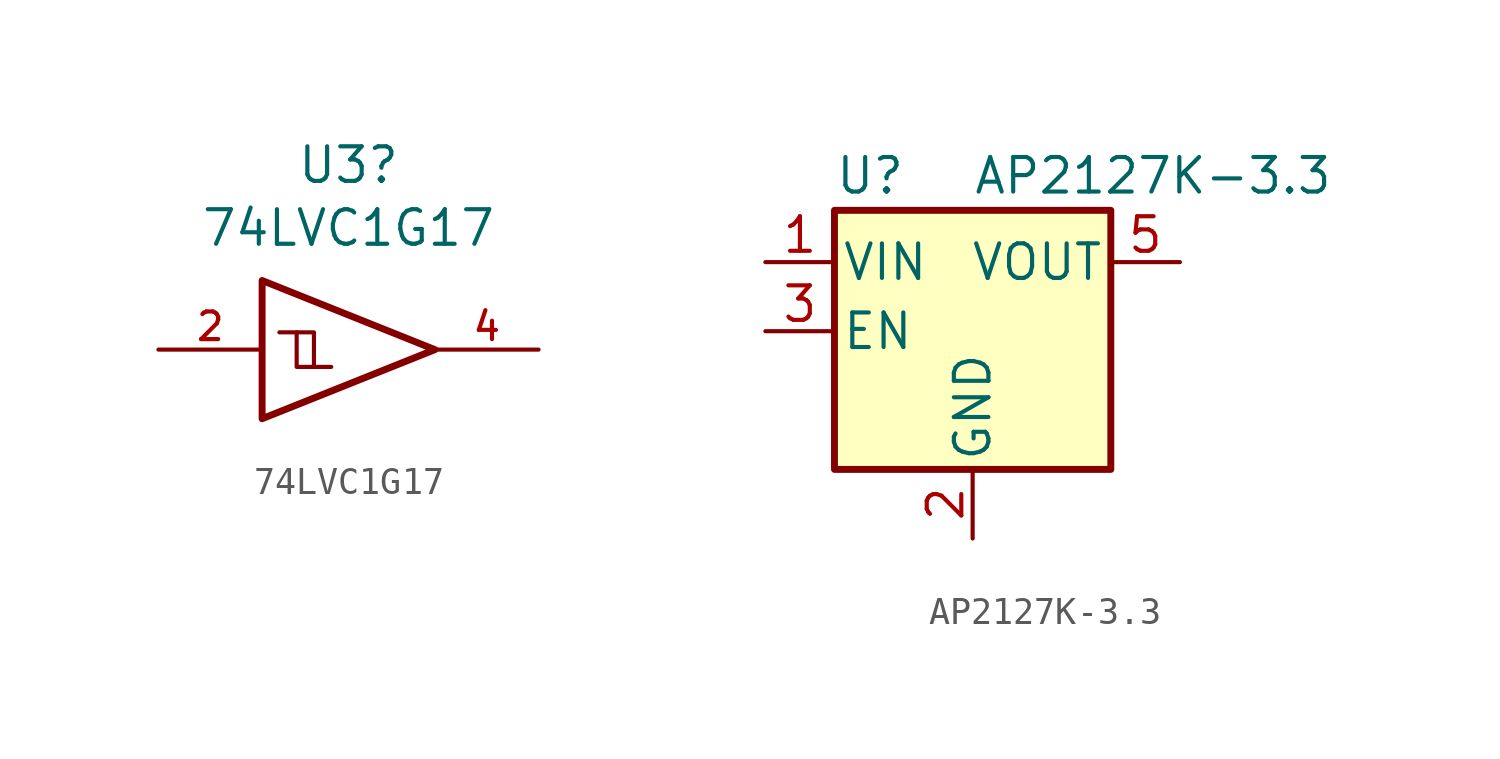
<source format=kicad_sym>
(kicad_symbol_lib
  (version 20220914)
  (generator kicad_symbol_editor)
  (symbol "74LVC1G17"
    (pin_names
      (offset 1.016))
    (property "Reference" "U3"
      (at -0.635 6.782 0)
      (effects (font (size 1.27 1.27))))
    (property "Value" "74LVC1G17"
      (at -0.635 4.47 0)
      (effects (font (size 1.27 1.27))))
    (symbol "74LVC1G17_0_1"
      (polyline (pts (xy -2.54 0.635) (xy -1.905 0.635) (xy -1.905 -0.635)) (stroke (width 0) (type default)) (fill (type none)))
      (polyline (pts (xy -3.81 2.54) (xy -3.81 -2.54) (xy 2.54 0) (xy -3.81 2.54)) (stroke (width 0.254) (type default)) (fill (type none)))
      (polyline (pts (xy -3.175 0.635) (xy -2.54 0.635) (xy -2.54 -0.635) (xy -1.27 -0.635)) (stroke (width 0) (type default)) (fill (type none))))
    (symbol "74LVC1G17_1_1"
      (pin no_connect line (at -3.81 5.08 270) (length 2.54) hide (name "1" (effects (font (size 1.27 1.27)))) (number "1" (effects (font (size 1.27 1.27)))))
      (pin input line (at -7.62 0 0) (length 3.81) (name "~" (effects (font (size 1.016 1.016)))) (number "2" (effects (font (size 1.016 1.016)))))
      (pin power_in line (at 0 -2.54 270) (length 0) hide (name "GND" (effects (font (size 1.016 1.016)))) (number "3" (effects (font (size 1.016 1.016)))))
      (pin output line (at 6.35 0 180) (length 3.81) (name "~" (effects (font (size 1.016 1.016)))) (number "4" (effects (font (size 1.016 1.016)))))
      (pin power_in line (at 0 2.54 90) (length 0) hide (name "VCC" (effects (font (size 1.016 1.016)))) (number "5" (effects (font (size 1.016 1.016)))))))
  (symbol "AP2127K-3.3"
    (pin_names
      (offset 0.254))
    (property "Reference" "U"
      (at -5.08 5.715 0)
      (effects (font (size 1.27 1.27)) (justify left)))
    (property "Value" "AP2127K-3.3"
      (at 0 5.715 0)
      (effects (font (size 1.27 1.27)) (justify left)))
    (symbol "AP2127K-3.3_0_1"
      (rectangle (start -5.08 4.445) (end 5.08 -5.08) (stroke (width 0.254) (type default)) (fill (type background))))
    (symbol "AP2127K-3.3_1_1"
      (pin power_in line (at -7.62 2.54 0) (length 2.54) (name "VIN" (effects (font (size 1.27 1.27)))) (number "1" (effects (font (size 1.27 1.27)))))
      (pin power_in line (at 0 -7.62 90) (length 2.54) (name "GND" (effects (font (size 1.27 1.27)))) (number "2" (effects (font (size 1.27 1.27)))))
      (pin input line (at -7.62 0 0) (length 2.54) (name "EN" (effects (font (size 1.27 1.27)))) (number "3" (effects (font (size 1.27 1.27)))))
      (pin no_connect line (at 7.62 0 180) (length 2.54) hide (name "NC" (effects (font (size 1.27 1.27)))) (number "4" (effects (font (size 1.27 1.27)))))
      (pin power_out line (at 7.62 2.54 180) (length 2.54) (name "VOUT" (effects (font (size 1.27 1.27)))) (number "5" (effects (font (size 1.27 1.27))))))))
</source>
